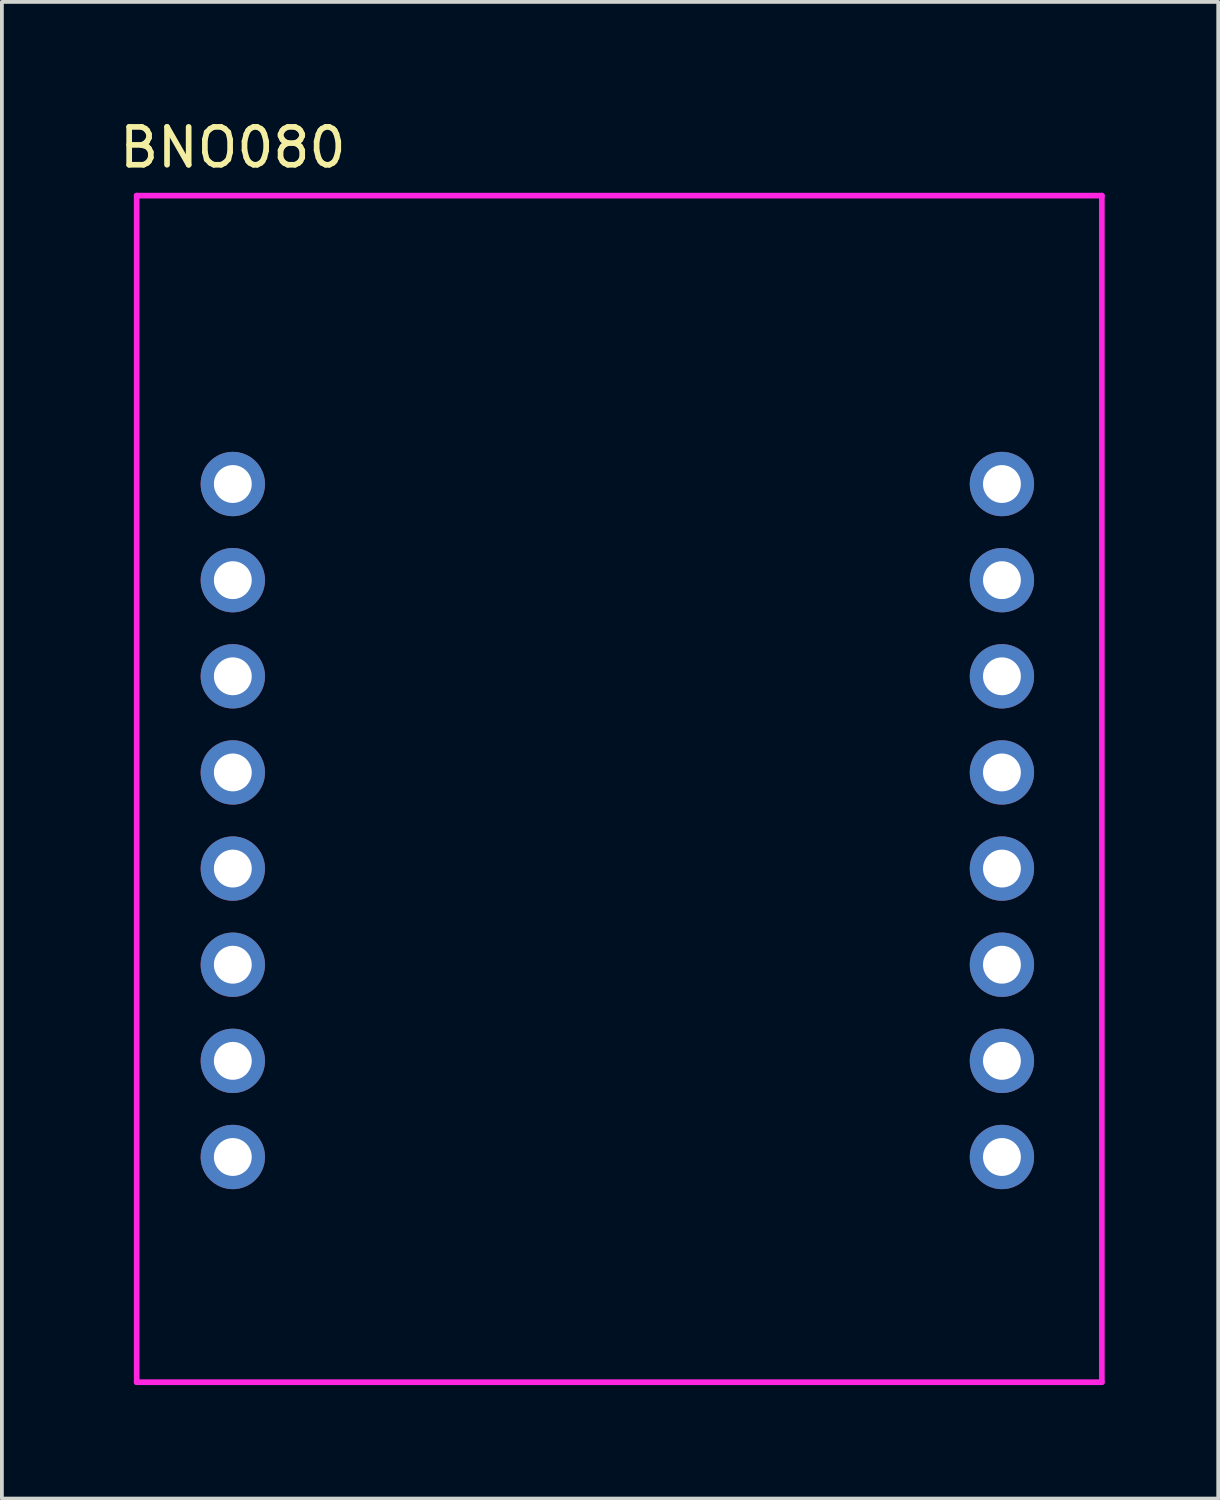
<source format=kicad_pcb>
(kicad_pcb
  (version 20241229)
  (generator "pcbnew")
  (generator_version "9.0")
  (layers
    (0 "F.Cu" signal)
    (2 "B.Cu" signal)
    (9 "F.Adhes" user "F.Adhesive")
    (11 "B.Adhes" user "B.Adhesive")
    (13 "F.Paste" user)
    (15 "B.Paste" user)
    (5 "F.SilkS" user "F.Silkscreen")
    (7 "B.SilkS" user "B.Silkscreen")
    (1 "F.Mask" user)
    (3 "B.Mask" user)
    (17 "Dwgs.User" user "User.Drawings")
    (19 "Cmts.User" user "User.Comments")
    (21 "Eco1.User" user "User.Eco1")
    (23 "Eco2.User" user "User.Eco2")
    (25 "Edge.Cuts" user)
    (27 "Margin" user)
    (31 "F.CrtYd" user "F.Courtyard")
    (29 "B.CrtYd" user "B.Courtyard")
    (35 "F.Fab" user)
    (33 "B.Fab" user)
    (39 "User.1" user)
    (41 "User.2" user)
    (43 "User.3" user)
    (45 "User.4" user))
  (footprint "BNO080"
    (layer "F.Cu")
    (at 0.561 2.118)
    (property "Reference" "BNO080" (at 2.54 -1.27 0) (layer "F.SilkS") (effects (font (size 1 1) (thickness 0.15))))
    (attr through_hole)
    (fp_line (start 0 0) (end 0 31.35) (stroke (width 0.15) (type solid)) (layer "F.CrtYd"))
    (fp_line (start 0 0) (end 25.5 0) (stroke (width 0.15) (type solid)) (layer "F.CrtYd"))
    (fp_line (start 0 31.35) (end 25.5 31.35) (stroke (width 0.15) (type solid)) (layer "F.CrtYd"))
    (fp_line (start 25.5 0) (end 25.5 31.35) (stroke (width 0.15) (type solid)) (layer "F.CrtYd"))
    (pad "0" thru_hole circle (at 2.54 7.62) (size 1.7 1.7) (drill 1) (layers "*.Cu" "*.Mask"))
    (pad "1" thru_hole circle (at 2.54 10.16) (size 1.7 1.7) (drill 1) (layers "*.Cu" "*.Mask"))
    (pad "2" thru_hole circle (at 2.54 12.7) (size 1.7 1.7) (drill 1) (layers "*.Cu" "*.Mask"))
    (pad "3" thru_hole circle (at 2.54 15.24) (size 1.7 1.7) (drill 1) (layers "*.Cu" "*.Mask"))
    (pad "4" thru_hole circle (at 2.54 17.78) (size 1.7 1.7) (drill 1) (layers "*.Cu" "*.Mask"))
    (pad "5" thru_hole circle (at 2.54 20.32) (size 1.7 1.7) (drill 1) (layers "*.Cu" "*.Mask"))
    (pad "6" thru_hole circle (at 2.54 22.86) (size 1.7 1.7) (drill 1) (layers "*.Cu" "*.Mask"))
    (pad "7" thru_hole circle (at 2.54 25.4) (size 1.7 1.7) (drill 1) (layers "*.Cu" "*.Mask"))
    (pad "8" thru_hole circle (at 22.86 7.62) (size 1.7 1.7) (drill 1) (layers "*.Cu" "*.Mask"))
    (pad "9" thru_hole circle (at 22.86 10.16) (size 1.7 1.7) (drill 1) (layers "*.Cu" "*.Mask"))
    (pad "10" thru_hole circle (at 22.86 12.7) (size 1.7 1.7) (drill 1) (layers "*.Cu" "*.Mask"))
    (pad "11" thru_hole circle (at 22.86 15.24) (size 1.7 1.7) (drill 1) (layers "*.Cu" "*.Mask"))
    (pad "12" thru_hole circle (at 22.86 17.78) (size 1.7 1.7) (drill 1) (layers "*.Cu" "*.Mask"))
    (pad "13" thru_hole circle (at 22.86 20.32) (size 1.7 1.7) (drill 1) (layers "*.Cu" "*.Mask"))
    (pad "14" thru_hole circle (at 22.86 22.86) (size 1.7 1.7) (drill 1) (layers "*.Cu" "*.Mask"))
    (pad "15" thru_hole circle (at 22.86 25.4) (size 1.7 1.7) (drill 1) (layers "*.Cu" "*.Mask")))
  (gr_rect
    (start -3 -3)
    (end 29.136 36.543)
    (stroke (width 0.1) (type default))
    (fill no)
    (layer "Edge.Cuts")))
</source>
